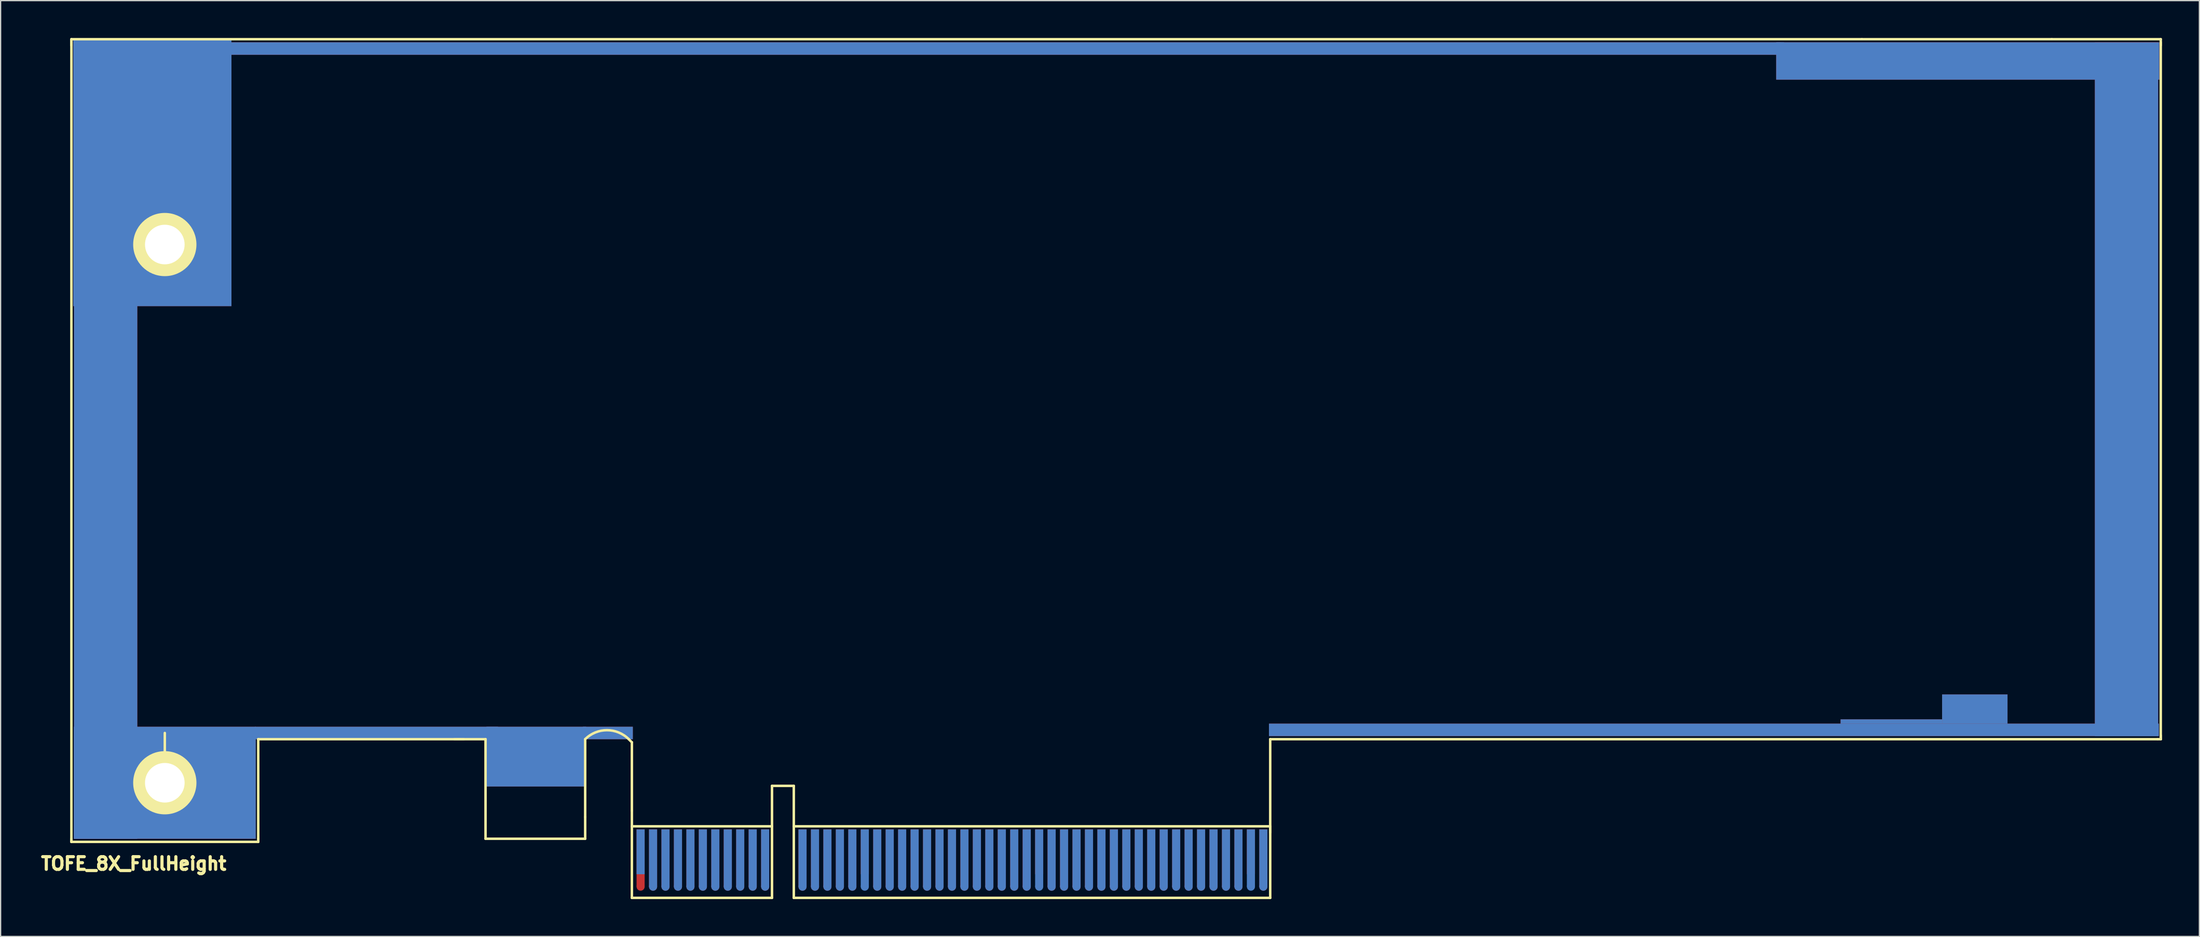
<source format=kicad_pcb>
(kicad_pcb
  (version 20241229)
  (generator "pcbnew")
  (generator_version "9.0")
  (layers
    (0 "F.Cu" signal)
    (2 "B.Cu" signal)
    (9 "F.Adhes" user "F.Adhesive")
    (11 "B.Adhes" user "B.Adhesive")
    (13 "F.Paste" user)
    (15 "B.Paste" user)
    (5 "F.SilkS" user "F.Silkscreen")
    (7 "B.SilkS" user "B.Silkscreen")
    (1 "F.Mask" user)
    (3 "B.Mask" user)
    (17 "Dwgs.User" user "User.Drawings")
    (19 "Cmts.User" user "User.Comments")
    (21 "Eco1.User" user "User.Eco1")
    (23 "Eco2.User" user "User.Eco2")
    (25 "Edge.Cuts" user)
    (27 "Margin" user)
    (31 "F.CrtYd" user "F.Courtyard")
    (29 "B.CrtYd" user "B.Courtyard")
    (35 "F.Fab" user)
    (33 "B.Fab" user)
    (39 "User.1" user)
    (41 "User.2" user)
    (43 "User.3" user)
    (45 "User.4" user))
  (footprint "TOFE_8X_FullHeight"
    (layer "F.Cu")
    (at 2.682 64.6)
    (property "Reference" "TOFE_8X_FullHeight" (at 5 1.75 0) (layer "F.SilkS") (effects (font (size 1.016 1.016) (thickness 0.254))))
    (attr through_hole)
    (fp_line (start 0 -64.5) (end 0 -64) (stroke (width 0.2) (type solid)) (layer "F.SilkS"))
    (fp_line (start 0 -0.25) (end 0 0) (stroke (width 0.2) (type solid)) (layer "F.SilkS"))
    (fp_line (start 0 0) (end 0 -64.4) (stroke (width 0.2) (type solid)) (layer "F.SilkS"))
    (fp_line (start 0 0) (end 15 0) (stroke (width 0.2) (type solid)) (layer "F.SilkS"))
    (fp_line (start 7.5 -4.75) (end 7.5 -8.75) (stroke (width 0.2) (type solid)) (layer "F.SilkS"))
    (fp_line (start 15 -8.25) (end 31.25 -8.25) (stroke (width 0.2) (type solid)) (layer "F.SilkS"))
    (fp_line (start 15 -0.25) (end 15 -8.25) (stroke (width 0.2) (type solid)) (layer "F.SilkS"))
    (fp_line (start 15 0) (end 15 -0.25) (stroke (width 0.2) (type solid)) (layer "F.SilkS"))
    (fp_line (start 31.5 -8.25) (end 31 -8.25) (stroke (width 0.2) (type solid)) (layer "F.SilkS"))
    (fp_line (start 33.25 -8.25) (end 30.75 -8.25) (stroke (width 0.2) (type solid)) (layer "F.SilkS"))
    (fp_line (start 33.25 -0.25) (end 33.25 -8.25) (stroke (width 0.2) (type solid)) (layer "F.SilkS"))
    (fp_line (start 33.25 -0.25) (end 41.25 -0.25) (stroke (width 0.2) (type solid)) (layer "F.SilkS"))
    (fp_line (start 41.25 -2) (end 41.25 -8.25) (stroke (width 0.2) (type solid)) (layer "F.SilkS"))
    (fp_line (start 41.25 -2) (end 41.25 -0.25) (stroke (width 0.2) (type solid)) (layer "F.SilkS"))
    (fp_line (start 45 -8) (end 44.75 -8.25) (stroke (width 0.2) (type solid)) (layer "F.SilkS"))
    (fp_line (start 45 -2.5) (end 45 -8) (stroke (width 0.2) (type solid)) (layer "F.SilkS"))
    (fp_line (start 45 4.5) (end 45 -2.5) (stroke (width 0.2) (type solid)) (layer "F.SilkS"))
    (fp_line (start 45 4.5) (end 56.25 4.5) (stroke (width 0.2) (type solid)) (layer "F.SilkS"))
    (fp_line (start 56.25 -4.5) (end 56.25 4.5) (stroke (width 0.2) (type solid)) (layer "F.SilkS"))
    (fp_line (start 56.25 -4.5) (end 58 -4.5) (stroke (width 0.2) (type solid)) (layer "F.SilkS"))
    (fp_line (start 56.25 -1.25) (end 45 -1.25) (stroke (width 0.2) (type solid)) (layer "F.SilkS"))
    (fp_line (start 58 -4.5) (end 58 4.5) (stroke (width 0.2) (type solid)) (layer "F.SilkS"))
    (fp_line (start 58 4.5) (end 96.25 4.5) (stroke (width 0.2) (type solid)) (layer "F.SilkS"))
    (fp_line (start 96.25 -8.25) (end 167.5 -8.25) (stroke (width 0.2) (type solid)) (layer "F.SilkS"))
    (fp_line (start 96.25 -1.25) (end 58 -1.25) (stroke (width 0.2) (type solid)) (layer "F.SilkS"))
    (fp_line (start 96.25 -0.75) (end 96.25 -8.25) (stroke (width 0.2) (type solid)) (layer "F.SilkS"))
    (fp_line (start 96.25 4.5) (end 96.25 -1.25) (stroke (width 0.2) (type solid)) (layer "F.SilkS"))
    (fp_line (start 143.75 -64.5) (end 0 -64.5) (stroke (width 0.2) (type solid)) (layer "F.SilkS"))
    (fp_line (start 159 -64.5) (end 143.75 -64.5) (stroke (width 0.2) (type solid)) (layer "F.SilkS"))
    (fp_line (start 167.5 -8.25) (end 167.75 -8.25) (stroke (width 0.2) (type solid)) (layer "F.SilkS"))
    (fp_line (start 167.75 -64.5) (end 159 -64.5) (stroke (width 0.2) (type solid)) (layer "F.SilkS"))
    (fp_line (start 167.75 -64) (end 167.75 -64.5) (stroke (width 0.2) (type solid)) (layer "F.SilkS"))
    (fp_line (start 167.75 -8.25) (end 167.75 -64.25) (stroke (width 0.2) (type solid)) (layer "F.SilkS"))
    (fp_line (start 167.75 -8.25) (end 167.75 -8.55) (stroke (width 0.2) (type solid)) (layer "F.SilkS"))
    (fp_arc (start 41.25 -8.25) (mid 43 -8.974874) (end 44.75 -8.25) (stroke (width 0.2) (type solid)) (layer "F.SilkS"))
    (pad "" smd rect (at 2.75 -32.25) (size 5.08 64) (layers "F.Cu" "F.Mask" "F.Paste"))
    (pad "" smd rect (at 2.75 -32.25) (size 5.08 64) (layers "F.Mask" "B.Cu" "F.Paste"))
    (pad "" smd rect (at 6.5 -53.75) (size 12.7 21.4) (layers "F.Cu" "F.Mask" "F.Paste"))
    (pad "" smd rect (at 6.5 -53.75) (size 12.7 21.4) (layers "F.Mask" "B.Cu" "F.Paste"))
    (pad "" thru_hole circle (at 7.5 -48) (size 5.08 5.08) (drill 3.18) (layers "*.Cu" "*.Mask" "F.SilkS"))
    (pad "" thru_hole circle (at 7.5 -4.75) (size 5.08 5.08) (drill 3.18) (layers "*.Cu" "*.Mask" "F.SilkS"))
    (pad "" smd rect (at 7.5 -4.75) (size 14.6 9) (layers "F.Cu" "F.Mask" "F.Paste"))
    (pad "" smd rect (at 7.5 -4.75) (size 14.6 9) (layers "F.Mask" "B.Cu" "F.Paste"))
    (pad "" smd rect (at 24.5 -8.75) (size 19.5 1) (layers "F.Cu" "F.Mask" "F.Paste"))
    (pad "" smd rect (at 24.5 -8.75) (size 19.5 1) (layers "F.Mask" "B.Cu" "F.Paste"))
    (pad "" smd rect (at 37.325 -6.85) (size 8 4.8) (layers "F.Cu" "F.Mask" "F.Paste"))
    (pad "" smd rect (at 37.325 -6.85) (size 8 4.8) (layers "F.Mask" "B.Cu" "F.Paste"))
    (pad "" smd rect (at 43.075 -8.75) (size 4 1) (layers "F.Cu" "F.Mask" "F.Paste"))
    (pad "" smd rect (at 43.075 -8.75) (size 4 1) (layers "F.Mask" "B.Cu" "F.Paste"))
    (pad "" connect circle (at 45.7 3.601) (size 0.65 0.65) (layers "F.Cu" "F.Mask"))
    (pad "" connect circle (at 46.701 3.601) (size 0.65 0.65) (layers "F.Cu" "F.Mask"))
    (pad "" connect oval (at 46.701 3.601 90) (size 0.65 0.65) (layers "B.Cu" "B.Mask"))
    (pad "" connect circle (at 47.699 3.601) (size 0.65 0.65) (layers "F.Cu" "F.Mask"))
    (pad "" connect oval (at 47.699 3.601 90) (size 0.65 0.65) (layers "B.Cu" "B.Mask"))
    (pad "" connect circle (at 48.7 3.601) (size 0.65 0.65) (layers "F.Cu" "F.Mask"))
    (pad "" connect oval (at 48.7 3.601 90) (size 0.65 0.65) (layers "B.Cu" "B.Mask"))
    (pad "" connect circle (at 49.701 3.601) (size 0.65 0.65) (layers "F.Cu" "F.Mask"))
    (pad "" connect oval (at 49.701 3.601 90) (size 0.65 0.65) (layers "B.Cu" "B.Mask"))
    (pad "" connect circle (at 50.699 3.601) (size 0.65 0.65) (layers "F.Cu" "F.Mask"))
    (pad "" connect oval (at 50.699 3.601 90) (size 0.65 0.65) (layers "B.Cu" "B.Mask"))
    (pad "" connect circle (at 51.7 3.601) (size 0.65 0.65) (layers "F.Cu" "F.Mask"))
    (pad "" connect oval (at 51.7 3.601 90) (size 0.65 0.65) (layers "B.Cu" "B.Mask"))
    (pad "" connect circle (at 52.701 3.601) (size 0.65 0.65) (layers "F.Cu" "F.Mask"))
    (pad "" connect oval (at 52.701 3.601 90) (size 0.65 0.65) (layers "B.Cu" "B.Mask"))
    (pad "" connect circle (at 53.699 3.601) (size 0.65 0.65) (layers "F.Cu" "F.Mask"))
    (pad "" connect oval (at 53.699 3.601 90) (size 0.65 0.65) (layers "B.Cu" "B.Mask"))
    (pad "" connect circle (at 54.7 3.601) (size 0.65 0.65) (layers "F.Cu" "F.Mask"))
    (pad "" connect oval (at 54.7 3.601 90) (size 0.65 0.65) (layers "B.Cu" "B.Mask"))
    (pad "" connect circle (at 55.7 3.601) (size 0.65 0.65) (layers "F.Cu" "F.Mask"))
    (pad "" connect oval (at 55.7 3.601 90) (size 0.65 0.65) (layers "B.Cu" "B.Mask"))
    (pad "" connect circle (at 58.7 3.601) (size 0.65 0.65) (layers "F.Cu" "F.Mask"))
    (pad "" connect oval (at 58.7 3.601 90) (size 0.65 0.65) (layers "B.Cu" "B.Mask"))
    (pad "" connect circle (at 59.701 3.601) (size 0.65 0.65) (layers "F.Cu" "F.Mask"))
    (pad "" connect oval (at 59.701 3.601 90) (size 0.65 0.65) (layers "B.Cu" "B.Mask"))
    (pad "" connect circle (at 60.699 3.601) (size 0.65 0.65) (layers "F.Cu" "F.Mask"))
    (pad "" connect oval (at 60.699 3.601 90) (size 0.65 0.65) (layers "B.Cu" "B.Mask"))
    (pad "" connect circle (at 61.7 3.601) (size 0.65 0.65) (layers "F.Cu" "F.Mask"))
    (pad "" connect oval (at 61.7 3.601 90) (size 0.65 0.65) (layers "B.Cu" "B.Mask"))
    (pad "" connect circle (at 62.701 3.601) (size 0.65 0.65) (layers "F.Cu" "F.Mask"))
    (pad "" connect oval (at 62.701 3.601 90) (size 0.65 0.65) (layers "B.Cu" "B.Mask"))
    (pad "" connect oval (at 63.699 3.601 90) (size 0.65 0.65) (layers "B.Cu" "B.Mask"))
    (pad "" connect circle (at 64.7 3.601) (size 0.65 0.65) (layers "F.Cu" "F.Mask"))
    (pad "" connect oval (at 64.7 3.601 90) (size 0.65 0.65) (layers "B.Cu" "B.Mask"))
    (pad "" connect oval (at 65.7 3.601) (size 0.65 0.65) (layers "F.Cu" "B.Mask"))
    (pad "" connect oval (at 65.7 3.601 90) (size 0.65 0.65) (layers "B.Cu" "B.Mask"))
    (pad "" connect oval (at 66.7 3.601) (size 0.65 0.65) (layers "F.Cu" "B.Mask"))
    (pad "" connect oval (at 66.7 3.601 90) (size 0.65 0.65) (layers "B.Cu" "B.Mask"))
    (pad "" connect oval (at 67.7 3.601) (size 0.65 0.65) (layers "F.Cu" "B.Mask"))
    (pad "" connect oval (at 67.7 3.601 90) (size 0.65 0.65) (layers "B.Cu" "B.Mask"))
    (pad "" connect oval (at 68.7 3.601) (size 0.65 0.65) (layers "F.Cu" "B.Mask"))
    (pad "" connect oval (at 68.7 3.601 90) (size 0.65 0.65) (layers "B.Cu" "B.Mask"))
    (pad "" connect oval (at 69.7 3.601) (size 0.65 0.65) (layers "F.Cu" "B.Mask"))
    (pad "" connect oval (at 69.7 3.601 90) (size 0.65 0.65) (layers "B.Cu" "B.Mask"))
    (pad "" connect oval (at 70.7 3.601) (size 0.65 0.65) (layers "F.Cu" "B.Mask"))
    (pad "" connect oval (at 70.7 3.601 90) (size 0.65 0.65) (layers "B.Cu" "B.Mask"))
    (pad "" connect oval (at 71.7 3.601) (size 0.65 0.65) (layers "F.Cu" "B.Mask"))
    (pad "" connect oval (at 71.7 3.601 90) (size 0.65 0.65) (layers "B.Cu" "B.Mask"))
    (pad "" connect oval (at 72.7 3.601) (size 0.65 0.65) (layers "F.Cu" "B.Mask"))
    (pad "" connect oval (at 72.7 3.601 90) (size 0.65 0.65) (layers "B.Cu" "B.Mask"))
    (pad "" connect oval (at 73.7 3.601) (size 0.65 0.65) (layers "F.Cu" "B.Mask"))
    (pad "" connect oval (at 73.7 3.601 90) (size 0.65 0.65) (layers "B.Cu" "B.Mask"))
    (pad "" connect oval (at 74.7 3.601) (size 0.65 0.65) (layers "F.Cu" "B.Mask"))
    (pad "" connect oval (at 74.7 3.601 90) (size 0.65 0.65) (layers "B.Cu" "B.Mask"))
    (pad "" smd rect (at 74.75 -63.75) (size 125 1) (layers "F.Cu" "F.Mask" "F.Paste"))
    (pad "" smd rect (at 75 -63.75) (size 125 1) (layers "F.Mask" "B.Cu" "F.Paste"))
    (pad "" connect oval (at 75.7 3.601) (size 0.65 0.65) (layers "F.Cu" "B.Mask"))
    (pad "" connect oval (at 75.7 3.601 90) (size 0.65 0.65) (layers "B.Cu" "B.Mask"))
    (pad "" connect oval (at 76.7 3.601) (size 0.65 0.65) (layers "F.Cu" "B.Mask"))
    (pad "" connect oval (at 76.7 3.601 90) (size 0.65 0.65) (layers "B.Cu" "B.Mask"))
    (pad "" connect oval (at 77.7 3.601 90) (size 0.65 0.65) (layers "B.Cu" "B.Mask"))
    (pad "" connect oval (at 78.7 3.601) (size 0.65 0.65) (layers "F.Cu" "B.Mask"))
    (pad "" connect oval (at 78.7 3.601 90) (size 0.65 0.65) (layers "B.Cu" "B.Mask"))
    (pad "" connect oval (at 79.7 3.601) (size 0.65 0.65) (layers "F.Cu" "B.Mask"))
    (pad "" connect oval (at 79.7 3.601 90) (size 0.65 0.65) (layers "B.Cu" "B.Mask"))
    (pad "" connect oval (at 80.7 3.601) (size 0.65 0.65) (layers "F.Cu" "B.Mask"))
    (pad "" connect oval (at 80.7 3.601 90) (size 0.65 0.65) (layers "B.Cu" "B.Mask"))
    (pad "" connect oval (at 81.7 3.601) (size 0.65 0.65) (layers "F.Cu" "B.Mask"))
    (pad "" connect oval (at 81.7 3.601 90) (size 0.65 0.65) (layers "B.Cu" "B.Mask"))
    (pad "" connect oval (at 82.7 3.601) (size 0.65 0.65) (layers "F.Cu" "B.Mask"))
    (pad "" connect oval (at 82.7 3.601 90) (size 0.65 0.65) (layers "B.Cu" "B.Mask"))
    (pad "" connect oval (at 83.7 3.601) (size 0.65 0.65) (layers "F.Cu" "B.Mask"))
    (pad "" connect oval (at 83.7 3.601 90) (size 0.65 0.65) (layers "B.Cu" "B.Mask"))
    (pad "" connect oval (at 84.7 3.601) (size 0.65 0.65) (layers "F.Cu" "B.Mask"))
    (pad "" connect oval (at 84.7 3.601 90) (size 0.65 0.65) (layers "B.Cu" "B.Mask"))
    (pad "" connect oval (at 85.7 3.601) (size 0.65 0.65) (layers "F.Cu" "B.Mask"))
    (pad "" connect oval (at 85.7 3.601 90) (size 0.65 0.65) (layers "B.Cu" "B.Mask"))
    (pad "" connect oval (at 86.7 3.601) (size 0.65 0.65) (layers "F.Cu" "B.Mask"))
    (pad "" connect oval (at 86.7 3.601 90) (size 0.65 0.65) (layers "B.Cu" "B.Mask"))
    (pad "" connect oval (at 87.7 3.601) (size 0.65 0.65) (layers "F.Cu" "B.Mask"))
    (pad "" connect oval (at 87.7 3.601 90) (size 0.65 0.65) (layers "B.Cu" "B.Mask"))
    (pad "" connect oval (at 88.7 3.601) (size 0.65 0.65) (layers "F.Cu" "B.Mask"))
    (pad "" connect oval (at 88.7 3.601 90) (size 0.65 0.65) (layers "B.Cu" "B.Mask"))
    (pad "" connect oval (at 89.7 3.601) (size 0.65 0.65) (layers "F.Cu" "B.Mask"))
    (pad "" connect oval (at 89.7 3.601 90) (size 0.65 0.65) (layers "B.Cu" "B.Mask"))
    (pad "" connect oval (at 90.7 3.601) (size 0.65 0.65) (layers "F.Cu" "B.Mask"))
    (pad "" connect oval (at 90.7 3.601 90) (size 0.65 0.65) (layers "B.Cu" "B.Mask"))
    (pad "" connect oval (at 91.7 3.601) (size 0.65 0.65) (layers "F.Cu" "B.Mask"))
    (pad "" connect oval (at 91.7 3.601 90) (size 0.65 0.65) (layers "B.Cu" "B.Mask"))
    (pad "" connect oval (at 92.7 3.601) (size 0.65 0.65) (layers "F.Cu" "B.Mask"))
    (pad "" connect oval (at 92.7 3.601 90) (size 0.65 0.65) (layers "B.Cu" "B.Mask"))
    (pad "" connect oval (at 93.7 3.601) (size 0.65 0.65) (layers "F.Cu" "B.Mask"))
    (pad "" connect oval (at 93.7 3.601 90) (size 0.65 0.65) (layers "B.Cu" "B.Mask"))
    (pad "" connect oval (at 94.7 3.601 90) (size 0.65 0.65) (layers "B.Cu" "B.Mask"))
    (pad "" connect oval (at 95.7 3.601) (size 0.65 0.65) (layers "F.Cu" "B.Mask"))
    (pad "" connect oval (at 95.7 3.601 90) (size 0.65 0.65) (layers "B.Cu" "B.Mask"))
    (pad "" smd rect (at 131.875 -9) (size 71.45 1) (layers "F.Cu" "F.Mask" "F.Paste"))
    (pad "" smd rect (at 131.875 -9) (size 71.45 1) (layers "F.Mask" "B.Cu" "F.Paste"))
    (pad "" smd rect (at 146.12 -9.67) (size 8.15 0.35) (layers "F.Cu" "F.Mask" "F.Paste"))
    (pad "" smd rect (at 146.12 -9.67) (size 8.15 0.35) (layers "F.Mask" "B.Cu" "F.Paste"))
    (pad "" smd rect (at 152.25 -62.75) (size 30.75 3) (layers "F.Cu" "F.Mask" "F.Paste"))
    (pad "" smd rect (at 152.25 -62.75) (size 30.75 3) (layers "F.Mask" "B.Cu" "F.Paste"))
    (pad "" smd rect (at 152.82 -10.67) (size 5.25 2.35) (layers "F.Cu" "F.Mask" "F.Paste"))
    (pad "" smd rect (at 152.82 -10.67) (size 5.25 2.35) (layers "F.Mask" "B.Cu" "F.Paste"))
    (pad "" smd rect (at 165 -36.75) (size 5.08 55) (layers "F.Cu" "F.Mask" "F.Paste"))
    (pad "" smd rect (at 165 -36) (size 5.08 55) (layers "F.Mask" "B.Cu" "F.Paste"))
    (pad "A1" connect rect (at 45.7 0.8) (size 0.65 3.599) (layers "B.Cu" "B.Mask"))
    (pad "A2" connect rect (at 46.701 1.3) (size 0.65 4.6) (layers "B.Cu" "B.Mask"))
    (pad "A3" connect rect (at 47.699 1.3) (size 0.65 4.6) (layers "B.Cu" "B.Mask"))
    (pad "A4" connect rect (at 48.7 1.3) (size 0.65 4.6) (layers "B.Cu" "B.Mask"))
    (pad "A5" connect rect (at 49.701 1.3) (size 0.65 4.6) (layers "B.Cu" "B.Mask"))
    (pad "A6" connect rect (at 50.699 1.3) (size 0.65 4.6) (layers "B.Cu" "B.Mask"))
    (pad "A7" connect rect (at 51.7 1.3) (size 0.65 4.6) (layers "B.Cu" "B.Mask"))
    (pad "A8" connect rect (at 52.701 1.3) (size 0.65 4.6) (layers "B.Cu" "B.Mask"))
    (pad "A9" connect rect (at 53.699 1.3) (size 0.65 4.6) (layers "B.Cu" "B.Mask"))
    (pad "A10" connect rect (at 54.7 1.3) (size 0.65 4.6) (layers "B.Cu" "B.Mask"))
    (pad "A11" connect rect (at 55.7 1.3) (size 0.65 4.6) (layers "B.Cu" "B.Mask"))
    (pad "A12" connect rect (at 58.7 1.3) (size 0.65 4.6) (layers "B.Cu" "B.Mask"))
    (pad "A13" connect rect (at 59.701 1.3) (size 0.65 4.6) (layers "B.Cu" "B.Mask"))
    (pad "A14" connect rect (at 60.699 1.3) (size 0.65 4.6) (layers "B.Cu" "B.Mask"))
    (pad "A15" connect rect (at 61.7 1.3) (size 0.65 4.6) (layers "B.Cu" "B.Mask"))
    (pad "A16" connect rect (at 62.701 1.3) (size 0.65 4.6) (layers "B.Cu" "B.Mask"))
    (pad "A17" connect rect (at 63.699 1.3) (size 0.65 4.6) (layers "B.Cu" "B.Mask"))
    (pad "A18" connect rect (at 64.7 1.3) (size 0.65 4.6) (layers "B.Cu" "B.Mask"))
    (pad "A19" connect rect (at 65.7 1.3) (size 0.65 4.6) (layers "B.Cu" "B.Mask"))
    (pad "A20" connect rect (at 66.7 1.3) (size 0.65 4.6) (layers "B.Cu" "B.Mask"))
    (pad "A21" connect rect (at 67.7 1.3) (size 0.65 4.6) (layers "B.Cu" "B.Mask"))
    (pad "A22" connect rect (at 68.7 1.3) (size 0.65 4.6) (layers "B.Cu" "B.Mask"))
    (pad "A23" connect rect (at 69.7 1.3) (size 0.65 4.6) (layers "B.Cu" "B.Mask"))
    (pad "A24" connect rect (at 70.7 1.3) (size 0.65 4.6) (layers "B.Cu" "B.Mask"))
    (pad "A25" connect rect (at 71.7 1.3) (size 0.65 4.6) (layers "B.Cu" "B.Mask"))
    (pad "A26" connect rect (at 72.7 1.3) (size 0.65 4.6) (layers "B.Cu" "B.Mask"))
    (pad "A27" connect rect (at 73.7 1.3) (size 0.65 4.6) (layers "B.Cu" "B.Mask"))
    (pad "A28" connect rect (at 74.7 1.3) (size 0.65 4.6) (layers "B.Cu" "B.Mask"))
    (pad "A29" connect rect (at 75.7 1.3) (size 0.65 4.6) (layers "B.Cu" "B.Mask"))
    (pad "A30" connect rect (at 76.7 1.3) (size 0.65 4.6) (layers "B.Cu" "B.Mask"))
    (pad "A31" connect rect (at 77.7 1.3) (size 0.65 4.6) (layers "B.Cu" "B.Mask"))
    (pad "A32" connect rect (at 78.7 1.3) (size 0.65 4.6) (layers "B.Cu" "B.Mask"))
    (pad "A33" connect rect (at 79.7 1.3) (size 0.65 4.6) (layers "B.Cu" "B.Mask"))
    (pad "A34" connect rect (at 80.7 1.3) (size 0.65 4.6) (layers "B.Cu" "B.Mask"))
    (pad "A35" connect rect (at 81.7 1.3) (size 0.65 4.6) (layers "B.Cu" "B.Mask"))
    (pad "A36" connect rect (at 82.7 1.3) (size 0.65 4.6) (layers "B.Cu" "B.Mask"))
    (pad "A37" connect rect (at 83.7 1.3) (size 0.65 4.6) (layers "B.Cu" "B.Mask"))
    (pad "A38" connect rect (at 84.7 1.3) (size 0.65 4.6) (layers "B.Cu" "B.Mask"))
    (pad "A39" connect rect (at 85.7 1.3) (size 0.65 4.6) (layers "B.Cu" "B.Mask"))
    (pad "A40" connect rect (at 86.7 1.3) (size 0.65 4.6) (layers "B.Cu" "B.Mask"))
    (pad "A41" connect rect (at 87.7 1.3) (size 0.65 4.6) (layers "B.Cu" "B.Mask"))
    (pad "A42" connect rect (at 88.7 1.3) (size 0.65 4.6) (layers "B.Cu" "B.Mask"))
    (pad "A43" connect rect (at 89.7 1.3) (size 0.65 4.6) (layers "B.Cu" "B.Mask"))
    (pad "A44" connect rect (at 90.7 1.3) (size 0.65 4.6) (layers "B.Cu" "B.Mask"))
    (pad "A45" connect rect (at 91.7 1.3) (size 0.65 4.6) (layers "B.Cu" "B.Mask"))
    (pad "A46" connect rect (at 92.7 1.3) (size 0.65 4.6) (layers "B.Cu" "B.Mask"))
    (pad "A47" connect rect (at 93.7 1.3) (size 0.65 4.6) (layers "B.Cu" "B.Mask"))
    (pad "A48" connect rect (at 94.7 1.3) (size 0.65 4.6) (layers "B.Cu" "B.Mask"))
    (pad "A49" connect rect (at 95.7 1.3) (size 0.65 4.6) (layers "B.Cu" "B.Mask"))
    (pad "B1" connect rect (at 45.7 1.3) (size 0.65 4.6) (layers "F.Cu" "B.Mask"))
    (pad "B2" connect rect (at 46.701 1.3) (size 0.65 4.6) (layers "F.Cu" "B.Mask"))
    (pad "B3" connect rect (at 47.699 1.3) (size 0.65 4.6) (layers "F.Cu" "B.Mask"))
    (pad "B4" connect rect (at 48.7 1.3) (size 0.65 4.6) (layers "F.Cu" "B.Mask"))
    (pad "B5" connect rect (at 49.701 1.3) (size 0.65 4.6) (layers "F.Cu" "B.Mask"))
    (pad "B6" connect rect (at 50.699 1.3) (size 0.65 4.6) (layers "F.Cu" "B.Mask"))
    (pad "B7" connect rect (at 51.7 1.3) (size 0.65 4.6) (layers "F.Cu" "B.Mask"))
    (pad "B8" connect rect (at 52.701 1.3) (size 0.65 4.6) (layers "F.Cu" "B.Mask"))
    (pad "B9" connect rect (at 53.699 1.3) (size 0.65 4.6) (layers "F.Cu" "B.Mask"))
    (pad "B10" connect rect (at 54.7 1.3) (size 0.65 4.6) (layers "F.Cu" "B.Mask"))
    (pad "B11" connect rect (at 55.7 1.3) (size 0.65 4.6) (layers "F.Cu" "B.Mask"))
    (pad "B12" connect rect (at 58.7 1.3) (size 0.65 4.6) (layers "F.Cu" "B.Mask"))
    (pad "B13" connect rect (at 59.701 1.3) (size 0.65 4.6) (layers "F.Cu" "B.Mask"))
    (pad "B14" connect rect (at 60.699 1.3) (size 0.65 4.6) (layers "F.Cu" "B.Mask"))
    (pad "B15" connect rect (at 61.7 1.3) (size 0.65 4.6) (layers "F.Cu" "B.Mask"))
    (pad "B16" connect rect (at 62.701 1.3) (size 0.65 4.6) (layers "F.Cu" "B.Mask"))
    (pad "B17" connect rect (at 63.699 0.8) (size 0.65 3.599) (layers "F.Cu" "B.Mask"))
    (pad "B18" connect rect (at 64.7 1.3) (size 0.65 4.6) (layers "F.Cu" "B.Mask"))
    (pad "B19" connect rect (at 65.7 1.3) (size 0.65 4.6) (layers "F.Cu" "B.Mask"))
    (pad "B20" connect rect (at 66.7 1.3) (size 0.65 4.6) (layers "F.Cu" "B.Mask"))
    (pad "B21" connect rect (at 67.7 1.3) (size 0.65 4.6) (layers "F.Cu" "B.Mask"))
    (pad "B22" connect rect (at 68.7 1.3) (size 0.65 4.6) (layers "F.Cu" "B.Mask"))
    (pad "B23" connect rect (at 69.7 1.3) (size 0.65 4.6) (layers "F.Cu" "B.Mask"))
    (pad "B24" connect rect (at 70.7 1.3) (size 0.65 4.6) (layers "F.Cu" "B.Mask"))
    (pad "B25" connect rect (at 71.7 1.3) (size 0.65 4.6) (layers "F.Cu" "B.Mask"))
    (pad "B26" connect rect (at 72.7 1.3) (size 0.65 4.6) (layers "F.Cu" "B.Mask"))
    (pad "B27" connect rect (at 73.7 1.3) (size 0.65 4.6) (layers "F.Cu" "B.Mask"))
    (pad "B28" connect rect (at 74.7 1.3) (size 0.65 4.6) (layers "F.Cu" "B.Mask"))
    (pad "B29" connect rect (at 75.7 1.3) (size 0.65 4.6) (layers "F.Cu" "B.Mask"))
    (pad "B30" connect rect (at 76.7 1.3) (size 0.65 4.6) (layers "F.Cu" "B.Mask"))
    (pad "B31" connect rect (at 77.7 0.8) (size 0.65 3.599) (layers "F.Cu" "B.Mask"))
    (pad "B32" connect rect (at 78.7 1.3) (size 0.65 4.6) (layers "F.Cu" "B.Mask"))
    (pad "B33" connect rect (at 79.7 1.3) (size 0.65 4.6) (layers "F.Cu" "B.Mask"))
    (pad "B34" connect rect (at 80.7 1.3) (size 0.65 4.6) (layers "F.Cu" "B.Mask"))
    (pad "B35" connect rect (at 81.7 1.3) (size 0.65 4.6) (layers "F.Cu" "B.Mask"))
    (pad "B36" connect rect (at 82.7 1.3) (size 0.65 4.6) (layers "F.Cu" "B.Mask"))
    (pad "B37" connect rect (at 83.7 1.3) (size 0.65 4.6) (layers "F.Cu" "B.Mask"))
    (pad "B38" connect rect (at 84.7 1.3) (size 0.65 4.6) (layers "F.Cu" "B.Mask"))
    (pad "B39" connect rect (at 85.7 1.3) (size 0.65 4.6) (layers "F.Cu" "B.Mask"))
    (pad "B40" connect rect (at 86.7 1.3) (size 0.65 4.6) (layers "F.Cu" "B.Mask"))
    (pad "B41" connect rect (at 87.7 1.3) (size 0.65 4.6) (layers "F.Cu" "B.Mask"))
    (pad "B42" connect rect (at 88.7 1.3) (size 0.65 4.6) (layers "F.Cu" "B.Mask"))
    (pad "B43" connect rect (at 89.7 1.3) (size 0.65 4.6) (layers "F.Cu" "B.Mask"))
    (pad "B44" connect rect (at 90.7 1.3) (size 0.65 4.6) (layers "F.Cu" "B.Mask"))
    (pad "B45" connect rect (at 91.7 1.3) (size 0.65 4.6) (layers "F.Cu" "B.Mask"))
    (pad "B46" connect rect (at 92.7 1.3) (size 0.65 4.6) (layers "F.Cu" "B.Mask"))
    (pad "B47" connect rect (at 93.7 1.3) (size 0.65 4.6) (layers "F.Cu" "B.Mask"))
    (pad "B48" connect rect (at 94.7 0.8) (size 0.65 3.599) (layers "F.Cu" "B.Mask"))
    (pad "B49" connect rect (at 95.7 1.3) (size 0.65 4.6) (layers "F.Cu" "B.Mask")))
  (gr_rect
    (start -3 -3)
    (end 173.532 72.2)
    (stroke (width 0.1) (type default))
    (fill no)
    (layer "Edge.Cuts")))
</source>
